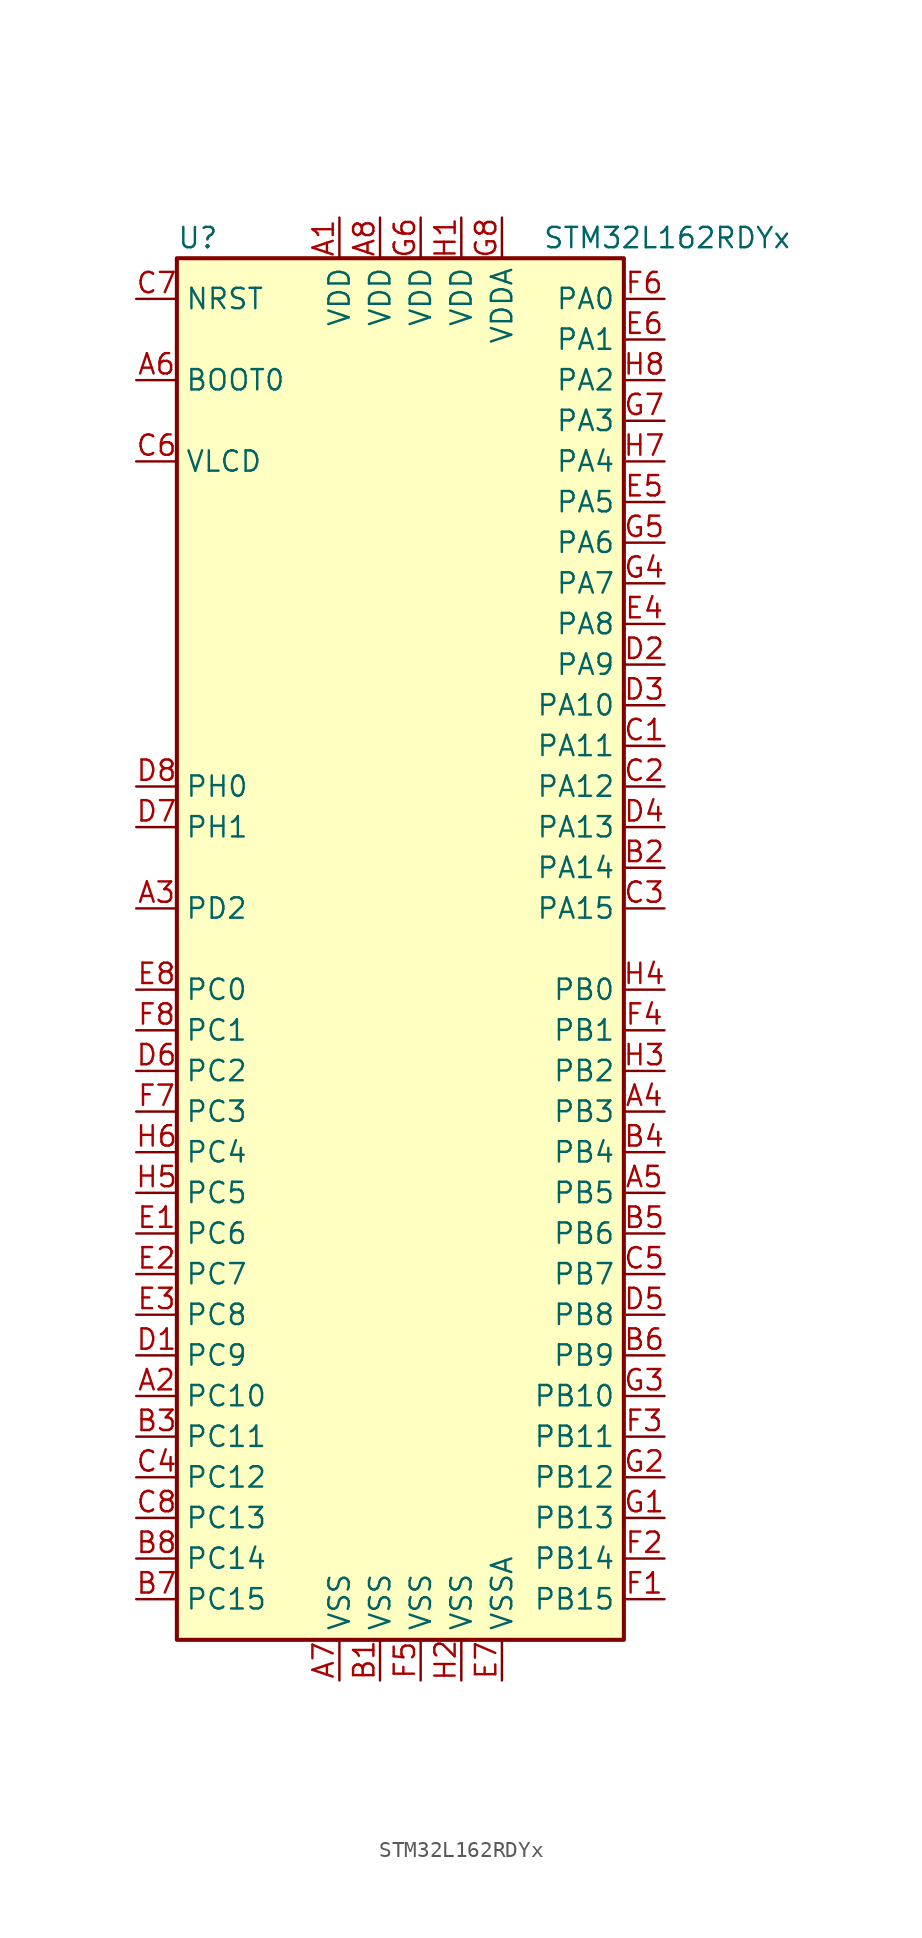
<source format=kicad_sym>
(kicad_symbol_lib
  (version 20211014)
  (generator kicad_symbol_editor)
  (symbol "STM32L162RDYx"
    (property "Reference" "U"
      (at -15.24 44.45 0)
      (effects (font (size 1.27 1.27)) (justify left)))
    (property "Value" "STM32L162RDYx"
      (at 7.62 44.45 0)
      (effects (font (size 1.27 1.27)) (justify left)))
    (symbol "STM32L162RDYx_0_1"
      (rectangle (start -15.24 -43.18) (end 12.7 43.18) (stroke (width 0.254) (type default) (color 0 0 0 0)) (fill (type background))))
    (symbol "STM32L162RDYx_1_1"
      (pin power_in line (at -5.08 45.72 270) (length 2.54) (name "VDD" (effects (font (size 1.27 1.27)))) (number "A1" (effects (font (size 1.27 1.27)))))
      (pin bidirectional line (at -17.78 -27.94 0) (length 2.54) (name "PC10" (effects (font (size 1.27 1.27)))) (number "A2" (effects (font (size 1.27 1.27)))))
      (pin bidirectional line (at -17.78 2.54 0) (length 2.54) (name "PD2" (effects (font (size 1.27 1.27)))) (number "A3" (effects (font (size 1.27 1.27)))))
      (pin bidirectional line (at 15.24 -10.16 180) (length 2.54) (name "PB3" (effects (font (size 1.27 1.27)))) (number "A4" (effects (font (size 1.27 1.27)))))
      (pin bidirectional line (at 15.24 -15.24 180) (length 2.54) (name "PB5" (effects (font (size 1.27 1.27)))) (number "A5" (effects (font (size 1.27 1.27)))))
      (pin input line (at -17.78 35.56 0) (length 2.54) (name "BOOT0" (effects (font (size 1.27 1.27)))) (number "A6" (effects (font (size 1.27 1.27)))))
      (pin power_in line (at -5.08 -45.72 90) (length 2.54) (name "VSS" (effects (font (size 1.27 1.27)))) (number "A7" (effects (font (size 1.27 1.27)))))
      (pin power_in line (at -2.54 45.72 270) (length 2.54) (name "VDD" (effects (font (size 1.27 1.27)))) (number "A8" (effects (font (size 1.27 1.27)))))
      (pin power_in line (at -2.54 -45.72 90) (length 2.54) (name "VSS" (effects (font (size 1.27 1.27)))) (number "B1" (effects (font (size 1.27 1.27)))))
      (pin bidirectional line (at 15.24 5.08 180) (length 2.54) (name "PA14" (effects (font (size 1.27 1.27)))) (number "B2" (effects (font (size 1.27 1.27)))))
      (pin bidirectional line (at -17.78 -30.48 0) (length 2.54) (name "PC11" (effects (font (size 1.27 1.27)))) (number "B3" (effects (font (size 1.27 1.27)))))
      (pin bidirectional line (at 15.24 -12.7 180) (length 2.54) (name "PB4" (effects (font (size 1.27 1.27)))) (number "B4" (effects (font (size 1.27 1.27)))))
      (pin bidirectional line (at 15.24 -17.78 180) (length 2.54) (name "PB6" (effects (font (size 1.27 1.27)))) (number "B5" (effects (font (size 1.27 1.27)))))
      (pin bidirectional line (at 15.24 -25.4 180) (length 2.54) (name "PB9" (effects (font (size 1.27 1.27)))) (number "B6" (effects (font (size 1.27 1.27)))))
      (pin bidirectional line (at -17.78 -40.64 0) (length 2.54) (name "PC15" (effects (font (size 1.27 1.27)))) (number "B7" (effects (font (size 1.27 1.27)))))
      (pin bidirectional line (at -17.78 -38.1 0) (length 2.54) (name "PC14" (effects (font (size 1.27 1.27)))) (number "B8" (effects (font (size 1.27 1.27)))))
      (pin bidirectional line (at 15.24 12.7 180) (length 2.54) (name "PA11" (effects (font (size 1.27 1.27)))) (number "C1" (effects (font (size 1.27 1.27)))))
      (pin bidirectional line (at 15.24 10.16 180) (length 2.54) (name "PA12" (effects (font (size 1.27 1.27)))) (number "C2" (effects (font (size 1.27 1.27)))))
      (pin bidirectional line (at 15.24 2.54 180) (length 2.54) (name "PA15" (effects (font (size 1.27 1.27)))) (number "C3" (effects (font (size 1.27 1.27)))))
      (pin bidirectional line (at -17.78 -33.02 0) (length 2.54) (name "PC12" (effects (font (size 1.27 1.27)))) (number "C4" (effects (font (size 1.27 1.27)))))
      (pin bidirectional line (at 15.24 -20.32 180) (length 2.54) (name "PB7" (effects (font (size 1.27 1.27)))) (number "C5" (effects (font (size 1.27 1.27)))))
      (pin power_in line (at -17.78 30.48 0) (length 2.54) (name "VLCD" (effects (font (size 1.27 1.27)))) (number "C6" (effects (font (size 1.27 1.27)))))
      (pin input line (at -17.78 40.64 0) (length 2.54) (name "NRST" (effects (font (size 1.27 1.27)))) (number "C7" (effects (font (size 1.27 1.27)))))
      (pin bidirectional line (at -17.78 -35.56 0) (length 2.54) (name "PC13" (effects (font (size 1.27 1.27)))) (number "C8" (effects (font (size 1.27 1.27)))))
      (pin bidirectional line (at -17.78 -25.4 0) (length 2.54) (name "PC9" (effects (font (size 1.27 1.27)))) (number "D1" (effects (font (size 1.27 1.27)))))
      (pin bidirectional line (at 15.24 17.78 180) (length 2.54) (name "PA9" (effects (font (size 1.27 1.27)))) (number "D2" (effects (font (size 1.27 1.27)))))
      (pin bidirectional line (at 15.24 15.24 180) (length 2.54) (name "PA10" (effects (font (size 1.27 1.27)))) (number "D3" (effects (font (size 1.27 1.27)))))
      (pin bidirectional line (at 15.24 7.62 180) (length 2.54) (name "PA13" (effects (font (size 1.27 1.27)))) (number "D4" (effects (font (size 1.27 1.27)))))
      (pin bidirectional line (at 15.24 -22.86 180) (length 2.54) (name "PB8" (effects (font (size 1.27 1.27)))) (number "D5" (effects (font (size 1.27 1.27)))))
      (pin bidirectional line (at -17.78 -7.62 0) (length 2.54) (name "PC2" (effects (font (size 1.27 1.27)))) (number "D6" (effects (font (size 1.27 1.27)))))
      (pin input line (at -17.78 7.62 0) (length 2.54) (name "PH1" (effects (font (size 1.27 1.27)))) (number "D7" (effects (font (size 1.27 1.27)))))
      (pin input line (at -17.78 10.16 0) (length 2.54) (name "PH0" (effects (font (size 1.27 1.27)))) (number "D8" (effects (font (size 1.27 1.27)))))
      (pin bidirectional line (at -17.78 -17.78 0) (length 2.54) (name "PC6" (effects (font (size 1.27 1.27)))) (number "E1" (effects (font (size 1.27 1.27)))))
      (pin bidirectional line (at -17.78 -20.32 0) (length 2.54) (name "PC7" (effects (font (size 1.27 1.27)))) (number "E2" (effects (font (size 1.27 1.27)))))
      (pin bidirectional line (at -17.78 -22.86 0) (length 2.54) (name "PC8" (effects (font (size 1.27 1.27)))) (number "E3" (effects (font (size 1.27 1.27)))))
      (pin bidirectional line (at 15.24 20.32 180) (length 2.54) (name "PA8" (effects (font (size 1.27 1.27)))) (number "E4" (effects (font (size 1.27 1.27)))))
      (pin bidirectional line (at 15.24 27.94 180) (length 2.54) (name "PA5" (effects (font (size 1.27 1.27)))) (number "E5" (effects (font (size 1.27 1.27)))))
      (pin bidirectional line (at 15.24 38.1 180) (length 2.54) (name "PA1" (effects (font (size 1.27 1.27)))) (number "E6" (effects (font (size 1.27 1.27)))))
      (pin power_in line (at 5.08 -45.72 90) (length 2.54) (name "VSSA" (effects (font (size 1.27 1.27)))) (number "E7" (effects (font (size 1.27 1.27)))))
      (pin bidirectional line (at -17.78 -2.54 0) (length 2.54) (name "PC0" (effects (font (size 1.27 1.27)))) (number "E8" (effects (font (size 1.27 1.27)))))
      (pin bidirectional line (at 15.24 -40.64 180) (length 2.54) (name "PB15" (effects (font (size 1.27 1.27)))) (number "F1" (effects (font (size 1.27 1.27)))))
      (pin bidirectional line (at 15.24 -38.1 180) (length 2.54) (name "PB14" (effects (font (size 1.27 1.27)))) (number "F2" (effects (font (size 1.27 1.27)))))
      (pin bidirectional line (at 15.24 -30.48 180) (length 2.54) (name "PB11" (effects (font (size 1.27 1.27)))) (number "F3" (effects (font (size 1.27 1.27)))))
      (pin bidirectional line (at 15.24 -5.08 180) (length 2.54) (name "PB1" (effects (font (size 1.27 1.27)))) (number "F4" (effects (font (size 1.27 1.27)))))
      (pin power_in line (at 0 -45.72 90) (length 2.54) (name "VSS" (effects (font (size 1.27 1.27)))) (number "F5" (effects (font (size 1.27 1.27)))))
      (pin bidirectional line (at 15.24 40.64 180) (length 2.54) (name "PA0" (effects (font (size 1.27 1.27)))) (number "F6" (effects (font (size 1.27 1.27)))))
      (pin bidirectional line (at -17.78 -10.16 0) (length 2.54) (name "PC3" (effects (font (size 1.27 1.27)))) (number "F7" (effects (font (size 1.27 1.27)))))
      (pin bidirectional line (at -17.78 -5.08 0) (length 2.54) (name "PC1" (effects (font (size 1.27 1.27)))) (number "F8" (effects (font (size 1.27 1.27)))))
      (pin bidirectional line (at 15.24 -35.56 180) (length 2.54) (name "PB13" (effects (font (size 1.27 1.27)))) (number "G1" (effects (font (size 1.27 1.27)))))
      (pin bidirectional line (at 15.24 -33.02 180) (length 2.54) (name "PB12" (effects (font (size 1.27 1.27)))) (number "G2" (effects (font (size 1.27 1.27)))))
      (pin bidirectional line (at 15.24 -27.94 180) (length 2.54) (name "PB10" (effects (font (size 1.27 1.27)))) (number "G3" (effects (font (size 1.27 1.27)))))
      (pin bidirectional line (at 15.24 22.86 180) (length 2.54) (name "PA7" (effects (font (size 1.27 1.27)))) (number "G4" (effects (font (size 1.27 1.27)))))
      (pin bidirectional line (at 15.24 25.4 180) (length 2.54) (name "PA6" (effects (font (size 1.27 1.27)))) (number "G5" (effects (font (size 1.27 1.27)))))
      (pin power_in line (at 0 45.72 270) (length 2.54) (name "VDD" (effects (font (size 1.27 1.27)))) (number "G6" (effects (font (size 1.27 1.27)))))
      (pin bidirectional line (at 15.24 33.02 180) (length 2.54) (name "PA3" (effects (font (size 1.27 1.27)))) (number "G7" (effects (font (size 1.27 1.27)))))
      (pin power_in line (at 5.08 45.72 270) (length 2.54) (name "VDDA" (effects (font (size 1.27 1.27)))) (number "G8" (effects (font (size 1.27 1.27)))))
      (pin power_in line (at 2.54 45.72 270) (length 2.54) (name "VDD" (effects (font (size 1.27 1.27)))) (number "H1" (effects (font (size 1.27 1.27)))))
      (pin power_in line (at 2.54 -45.72 90) (length 2.54) (name "VSS" (effects (font (size 1.27 1.27)))) (number "H2" (effects (font (size 1.27 1.27)))))
      (pin bidirectional line (at 15.24 -7.62 180) (length 2.54) (name "PB2" (effects (font (size 1.27 1.27)))) (number "H3" (effects (font (size 1.27 1.27)))))
      (pin bidirectional line (at 15.24 -2.54 180) (length 2.54) (name "PB0" (effects (font (size 1.27 1.27)))) (number "H4" (effects (font (size 1.27 1.27)))))
      (pin bidirectional line (at -17.78 -15.24 0) (length 2.54) (name "PC5" (effects (font (size 1.27 1.27)))) (number "H5" (effects (font (size 1.27 1.27)))))
      (pin bidirectional line (at -17.78 -12.7 0) (length 2.54) (name "PC4" (effects (font (size 1.27 1.27)))) (number "H6" (effects (font (size 1.27 1.27)))))
      (pin bidirectional line (at 15.24 30.48 180) (length 2.54) (name "PA4" (effects (font (size 1.27 1.27)))) (number "H7" (effects (font (size 1.27 1.27)))))
      (pin bidirectional line (at 15.24 35.56 180) (length 2.54) (name "PA2" (effects (font (size 1.27 1.27)))) (number "H8" (effects (font (size 1.27 1.27))))))))
</source>
